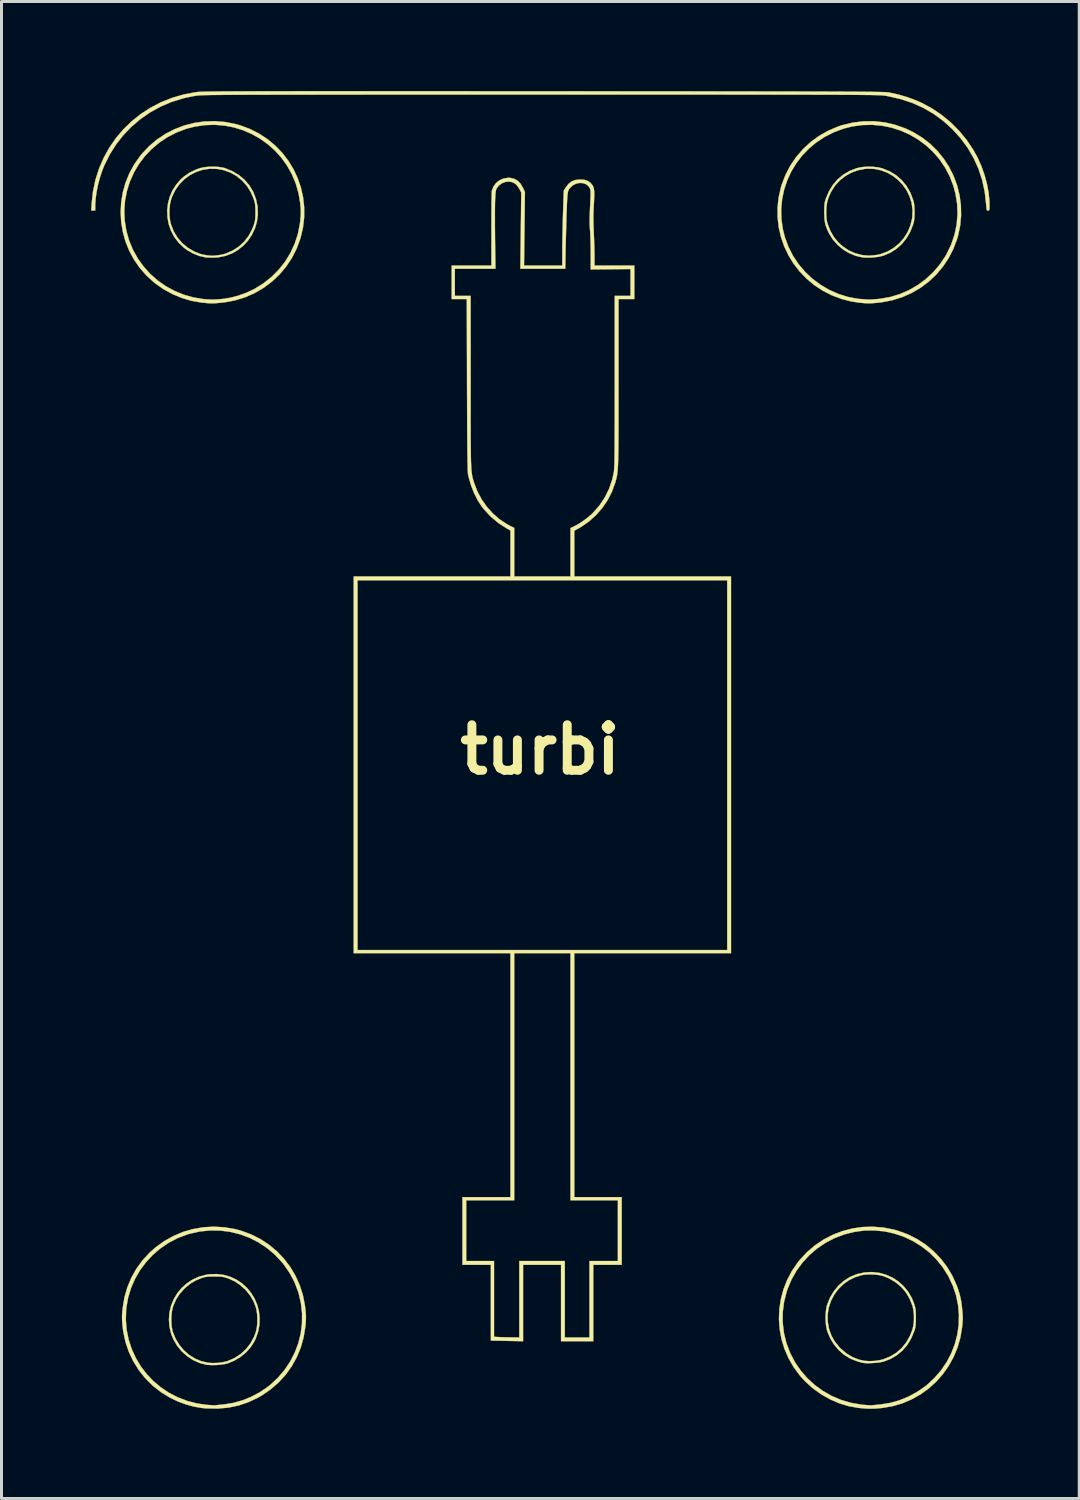
<source format=kicad_pcb>
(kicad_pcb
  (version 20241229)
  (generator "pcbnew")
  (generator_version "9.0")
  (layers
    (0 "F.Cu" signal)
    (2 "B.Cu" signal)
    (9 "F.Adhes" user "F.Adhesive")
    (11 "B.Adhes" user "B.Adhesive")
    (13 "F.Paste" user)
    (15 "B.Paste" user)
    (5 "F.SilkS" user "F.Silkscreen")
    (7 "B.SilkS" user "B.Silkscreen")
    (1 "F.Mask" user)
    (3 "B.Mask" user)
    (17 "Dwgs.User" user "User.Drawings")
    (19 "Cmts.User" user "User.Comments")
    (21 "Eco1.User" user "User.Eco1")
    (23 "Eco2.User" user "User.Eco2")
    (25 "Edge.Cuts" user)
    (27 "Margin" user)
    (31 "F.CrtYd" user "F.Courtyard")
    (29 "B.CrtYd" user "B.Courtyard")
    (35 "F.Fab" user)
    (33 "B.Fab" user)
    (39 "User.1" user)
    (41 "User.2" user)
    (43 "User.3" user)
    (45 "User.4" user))
  (footprint "turbi"
    (layer "F.Cu")
    (at 15.04 22.057)
    (property "Reference" "turbi" (at 0 0 0) (layer "F.SilkS") (effects (font (size 1.524 1.524) (thickness 0.3))))
    (attr through_hole)
    (fp_poly (pts (xy -10.596 17.59) (xy -10.375 17.654) (xy -10.171 17.749) (xy -9.986 17.873) (xy -9.822 18.021) (xy -9.682 18.192) (xy -9.566 18.38) (xy -9.478 18.585) (xy -9.42 18.801) (xy -9.394 19.026) (xy -9.401 19.257) (xy -9.445 19.49) (xy -9.526 19.723) (xy -9.574 19.823) (xy -9.695 20.012) (xy -9.851 20.185) (xy -10.035 20.336) (xy -10.242 20.46) (xy -10.441 20.545) (xy -10.553 20.574) (xy -10.692 20.595) (xy -10.844 20.608) (xy -10.995 20.611) (xy -11.131 20.603) (xy -11.187 20.596) (xy -11.414 20.536) (xy -11.629 20.439) (xy -11.829 20.307) (xy -12.007 20.147) (xy -12.159 19.96) (xy -12.281 19.752) (xy -12.356 19.569) (xy -12.414 19.327) (xy -12.429 19.142) (xy -12.352 19.142) (xy -12.341 19.306) (xy -12.316 19.451) (xy -12.302 19.502) (xy -12.209 19.728) (xy -12.084 19.933) (xy -11.932 20.115) (xy -11.755 20.269) (xy -11.559 20.392) (xy -11.347 20.481) (xy -11.124 20.532) (xy -11.123 20.532) (xy -10.971 20.542) (xy -10.805 20.537) (xy -10.641 20.517) (xy -10.498 20.485) (xy -10.471 20.477) (xy -10.239 20.376) (xy -10.032 20.242) (xy -9.852 20.077) (xy -9.701 19.883) (xy -9.581 19.662) (xy -9.521 19.502) (xy -9.49 19.37) (xy -9.474 19.212) (xy -9.471 19.044) (xy -9.482 18.879) (xy -9.506 18.732) (xy -9.52 18.68) (xy -9.599 18.473) (xy -9.704 18.291) (xy -9.84 18.121) (xy -9.894 18.065) (xy -10.055 17.922) (xy -10.22 17.811) (xy -10.405 17.724) (xy -10.488 17.694) (xy -10.559 17.672) (xy -10.625 17.657) (xy -10.699 17.648) (xy -10.793 17.644) (xy -10.911 17.643) (xy -11.034 17.644) (xy -11.127 17.648) (xy -11.2 17.657) (xy -11.267 17.672) (xy -11.335 17.694) (xy -11.532 17.774) (xy -11.704 17.874) (xy -11.864 18.003) (xy -11.929 18.065) (xy -12.077 18.233) (xy -12.192 18.41) (xy -12.278 18.607) (xy -12.303 18.68) (xy -12.333 18.814) (xy -12.349 18.974) (xy -12.352 19.142) (xy -12.429 19.142) (xy -12.433 19.086) (xy -12.415 18.85) (xy -12.361 18.624) (xy -12.274 18.409) (xy -12.157 18.211) (xy -12.011 18.032) (xy -11.839 17.877) (xy -11.644 17.748) (xy -11.427 17.65) (xy -11.191 17.586) (xy -11.079 17.569) (xy -10.831 17.561) (xy -10.596 17.59)) (stroke (width 0.01) (type solid)) (fill yes) (layer "F.SilkS"))
    (fp_poly (pts (xy 11.351 17.52) (xy 11.58 17.583) (xy 11.795 17.679) (xy 11.993 17.807) (xy 12.17 17.965) (xy 12.323 18.151) (xy 12.447 18.363) (xy 12.534 18.584) (xy 12.555 18.66) (xy 12.57 18.731) (xy 12.578 18.81) (xy 12.582 18.908) (xy 12.583 19.029) (xy 12.581 19.155) (xy 12.577 19.249) (xy 12.568 19.324) (xy 12.554 19.391) (xy 12.533 19.461) (xy 12.532 19.463) (xy 12.428 19.713) (xy 12.295 19.934) (xy 12.134 20.123) (xy 11.945 20.28) (xy 11.729 20.406) (xy 11.515 20.489) (xy 11.425 20.51) (xy 11.307 20.527) (xy 11.175 20.539) (xy 11.041 20.546) (xy 10.92 20.546) (xy 10.837 20.539) (xy 10.746 20.521) (xy 10.633 20.487) (xy 10.513 20.444) (xy 10.4 20.397) (xy 10.369 20.382) (xy 10.176 20.262) (xy 10 20.108) (xy 9.846 19.926) (xy 9.719 19.721) (xy 9.624 19.499) (xy 9.609 19.452) (xy 9.578 19.312) (xy 9.561 19.148) (xy 9.558 18.975) (xy 9.562 18.906) (xy 9.629 18.906) (xy 9.63 19.143) (xy 9.633 19.171) (xy 9.677 19.41) (xy 9.756 19.627) (xy 9.871 19.828) (xy 10.025 20.016) (xy 10.064 20.055) (xy 10.254 20.218) (xy 10.46 20.342) (xy 10.677 20.428) (xy 10.869 20.468) (xy 11.02 20.478) (xy 11.186 20.472) (xy 11.348 20.451) (xy 11.488 20.417) (xy 11.489 20.417) (xy 11.727 20.32) (xy 11.935 20.193) (xy 12.114 20.034) (xy 12.265 19.845) (xy 12.388 19.624) (xy 12.468 19.42) (xy 12.502 19.273) (xy 12.518 19.103) (xy 12.517 18.924) (xy 12.497 18.752) (xy 12.469 18.627) (xy 12.376 18.391) (xy 12.25 18.179) (xy 12.091 17.993) (xy 11.902 17.835) (xy 11.685 17.707) (xy 11.515 17.636) (xy 11.376 17.6) (xy 11.213 17.578) (xy 11.041 17.572) (xy 10.875 17.581) (xy 10.774 17.597) (xy 10.547 17.666) (xy 10.337 17.77) (xy 10.149 17.905) (xy 9.985 18.068) (xy 9.848 18.253) (xy 9.741 18.457) (xy 9.667 18.677) (xy 9.629 18.906) (xy 9.562 18.906) (xy 9.569 18.806) (xy 9.593 18.657) (xy 9.609 18.595) (xy 9.705 18.356) (xy 9.834 18.139) (xy 9.991 17.949) (xy 10.173 17.788) (xy 10.378 17.659) (xy 10.602 17.566) (xy 10.626 17.559) (xy 10.871 17.506) (xy 11.114 17.494) (xy 11.351 17.52)) (stroke (width 0.01) (type solid)) (fill yes) (layer "F.SilkS"))
    (fp_poly (pts (xy -10.771 -19.517) (xy -10.624 -19.494) (xy -10.552 -19.475) (xy -10.305 -19.373) (xy -10.086 -19.241) (xy -9.896 -19.081) (xy -9.737 -18.895) (xy -9.612 -18.686) (xy -9.521 -18.456) (xy -9.467 -18.206) (xy -9.463 -18.172) (xy -9.455 -17.925) (xy -9.485 -17.686) (xy -9.552 -17.46) (xy -9.651 -17.248) (xy -9.78 -17.055) (xy -9.936 -16.884) (xy -10.116 -16.739) (xy -10.318 -16.622) (xy -10.537 -16.538) (xy -10.773 -16.49) (xy -10.873 -16.482) (xy -10.98 -16.479) (xy -11.089 -16.48) (xy -11.181 -16.485) (xy -11.208 -16.488) (xy -11.412 -16.534) (xy -11.618 -16.616) (xy -11.815 -16.727) (xy -11.932 -16.812) (xy -12.109 -16.981) (xy -12.253 -17.171) (xy -12.362 -17.378) (xy -12.439 -17.597) (xy -12.481 -17.824) (xy -12.49 -18.055) (xy -12.488 -18.076) (xy -12.416 -18.076) (xy -12.414 -17.889) (xy -12.393 -17.712) (xy -12.364 -17.59) (xy -12.271 -17.356) (xy -12.143 -17.145) (xy -11.983 -16.961) (xy -11.794 -16.805) (xy -11.579 -16.681) (xy -11.393 -16.606) (xy -11.298 -16.581) (xy -11.186 -16.561) (xy -11.073 -16.547) (xy -10.975 -16.542) (xy -10.933 -16.544) (xy -10.873 -16.55) (xy -10.796 -16.558) (xy -10.76 -16.562) (xy -10.676 -16.577) (xy -10.58 -16.6) (xy -10.527 -16.616) (xy -10.296 -16.716) (xy -10.09 -16.85) (xy -9.912 -17.014) (xy -9.762 -17.209) (xy -9.643 -17.431) (xy -9.594 -17.558) (xy -9.569 -17.635) (xy -9.553 -17.702) (xy -9.543 -17.772) (xy -9.538 -17.856) (xy -9.536 -17.967) (xy -9.536 -18.002) (xy -9.537 -18.123) (xy -9.541 -18.213) (xy -9.55 -18.285) (xy -9.564 -18.352) (xy -9.587 -18.425) (xy -9.594 -18.447) (xy -9.694 -18.679) (xy -9.826 -18.886) (xy -9.986 -19.065) (xy -10.171 -19.214) (xy -10.378 -19.33) (xy -10.604 -19.41) (xy -10.82 -19.45) (xy -11.061 -19.456) (xy -11.295 -19.422) (xy -11.517 -19.351) (xy -11.724 -19.246) (xy -11.912 -19.109) (xy -12.077 -18.942) (xy -12.216 -18.748) (xy -12.324 -18.53) (xy -12.364 -18.415) (xy -12.399 -18.257) (xy -12.416 -18.076) (xy -12.488 -18.076) (xy -12.466 -18.284) (xy -12.408 -18.508) (xy -12.317 -18.723) (xy -12.191 -18.922) (xy -12.033 -19.103) (xy -11.932 -19.192) (xy -11.736 -19.327) (xy -11.515 -19.432) (xy -11.398 -19.474) (xy -11.264 -19.504) (xy -11.106 -19.522) (xy -10.937 -19.526) (xy -10.771 -19.517)) (stroke (width 0.01) (type solid)) (fill yes) (layer "F.SilkS"))
    (fp_poly (pts (xy 11.147 -19.522) (xy 11.33 -19.5) (xy 11.464 -19.467) (xy 11.705 -19.369) (xy 11.92 -19.238) (xy 12.108 -19.075) (xy 12.267 -18.883) (xy 12.395 -18.662) (xy 12.49 -18.415) (xy 12.514 -18.329) (xy 12.528 -18.246) (xy 12.536 -18.15) (xy 12.539 -18.029) (xy 12.539 -18.002) (xy 12.537 -17.875) (xy 12.53 -17.776) (xy 12.517 -17.691) (xy 12.496 -17.607) (xy 12.49 -17.59) (xy 12.396 -17.348) (xy 12.27 -17.13) (xy 12.114 -16.937) (xy 11.932 -16.774) (xy 11.727 -16.643) (xy 11.5 -16.548) (xy 11.462 -16.536) (xy 11.333 -16.507) (xy 11.18 -16.487) (xy 11.02 -16.478) (xy 10.87 -16.481) (xy 10.784 -16.489) (xy 10.559 -16.542) (xy 10.341 -16.634) (xy 10.138 -16.758) (xy 9.956 -16.912) (xy 9.8 -17.09) (xy 9.677 -17.287) (xy 9.674 -17.293) (xy 9.61 -17.43) (xy 9.565 -17.55) (xy 9.536 -17.669) (xy 9.521 -17.8) (xy 9.515 -17.955) (xy 9.515 -18.002) (xy 9.581 -18.002) (xy 9.583 -17.879) (xy 9.589 -17.785) (xy 9.601 -17.707) (xy 9.62 -17.633) (xy 9.63 -17.6) (xy 9.723 -17.368) (xy 9.838 -17.168) (xy 9.98 -16.995) (xy 10.127 -16.861) (xy 10.332 -16.723) (xy 10.552 -16.624) (xy 10.783 -16.564) (xy 11.021 -16.545) (xy 11.264 -16.567) (xy 11.409 -16.6) (xy 11.635 -16.684) (xy 11.841 -16.804) (xy 12.024 -16.954) (xy 12.18 -17.132) (xy 12.307 -17.333) (xy 12.4 -17.554) (xy 12.457 -17.791) (xy 12.464 -17.843) (xy 12.471 -18.08) (xy 12.441 -18.308) (xy 12.374 -18.524) (xy 12.276 -18.727) (xy 12.148 -18.911) (xy 11.995 -19.074) (xy 11.82 -19.213) (xy 11.625 -19.324) (xy 11.414 -19.404) (xy 11.191 -19.45) (xy 10.958 -19.458) (xy 10.88 -19.452) (xy 10.647 -19.407) (xy 10.426 -19.326) (xy 10.221 -19.211) (xy 10.037 -19.067) (xy 9.88 -18.897) (xy 9.756 -18.705) (xy 9.742 -18.68) (xy 9.671 -18.523) (xy 9.623 -18.383) (xy 9.595 -18.243) (xy 9.582 -18.088) (xy 9.581 -18.002) (xy 9.515 -18.002) (xy 9.516 -18.129) (xy 9.519 -18.223) (xy 9.527 -18.297) (xy 9.539 -18.361) (xy 9.558 -18.426) (xy 9.565 -18.447) (xy 9.67 -18.696) (xy 9.804 -18.916) (xy 9.967 -19.105) (xy 10.158 -19.262) (xy 10.375 -19.388) (xy 10.604 -19.475) (xy 10.768 -19.51) (xy 10.954 -19.526) (xy 11.147 -19.522)) (stroke (width 0.01) (type solid)) (fill yes) (layer "F.SilkS"))
    (fp_poly (pts (xy 11.531 -21.01) (xy 11.88 -20.93) (xy 12.222 -20.81) (xy 12.488 -20.684) (xy 12.788 -20.503) (xy 13.06 -20.292) (xy 13.304 -20.053) (xy 13.517 -19.791) (xy 13.7 -19.507) (xy 13.85 -19.206) (xy 13.966 -18.891) (xy 14.047 -18.564) (xy 14.091 -18.229) (xy 14.098 -17.889) (xy 14.066 -17.546) (xy 13.994 -17.205) (xy 13.967 -17.113) (xy 13.842 -16.78) (xy 13.683 -16.468) (xy 13.49 -16.179) (xy 13.268 -15.915) (xy 13.018 -15.679) (xy 12.743 -15.472) (xy 12.446 -15.297) (xy 12.13 -15.157) (xy 11.796 -15.052) (xy 11.448 -14.985) (xy 11.367 -14.976) (xy 11.229 -14.961) (xy 11.12 -14.952) (xy 11.028 -14.948) (xy 10.94 -14.95) (xy 10.843 -14.956) (xy 10.726 -14.967) (xy 10.645 -14.976) (xy 10.402 -15.015) (xy 10.138 -15.083) (xy 10.109 -15.091) (xy 9.777 -15.213) (xy 9.469 -15.369) (xy 9.184 -15.556) (xy 8.925 -15.771) (xy 8.693 -16.011) (xy 8.489 -16.274) (xy 8.316 -16.556) (xy 8.174 -16.855) (xy 8.065 -17.168) (xy 7.99 -17.493) (xy 7.952 -17.826) (xy 7.951 -18.106) (xy 8.072 -18.106) (xy 8.08 -17.772) (xy 8.127 -17.436) (xy 8.195 -17.166) (xy 8.313 -16.844) (xy 8.468 -16.541) (xy 8.654 -16.261) (xy 8.871 -16.005) (xy 9.114 -15.775) (xy 9.382 -15.575) (xy 9.671 -15.404) (xy 9.978 -15.267) (xy 10.301 -15.165) (xy 10.637 -15.1) (xy 10.983 -15.074) (xy 10.986 -15.074) (xy 11.063 -15.075) (xy 11.167 -15.081) (xy 11.285 -15.091) (xy 11.388 -15.101) (xy 11.722 -15.16) (xy 12.046 -15.258) (xy 12.357 -15.393) (xy 12.65 -15.563) (xy 12.922 -15.765) (xy 13.171 -15.998) (xy 13.392 -16.259) (xy 13.582 -16.545) (xy 13.616 -16.606) (xy 13.768 -16.924) (xy 13.878 -17.252) (xy 13.948 -17.588) (xy 13.977 -17.929) (xy 13.965 -18.272) (xy 13.91 -18.615) (xy 13.843 -18.868) (xy 13.721 -19.19) (xy 13.565 -19.489) (xy 13.378 -19.764) (xy 13.163 -20.015) (xy 12.923 -20.238) (xy 12.66 -20.433) (xy 12.378 -20.598) (xy 12.08 -20.731) (xy 11.768 -20.832) (xy 11.446 -20.898) (xy 11.117 -20.927) (xy 10.783 -20.919) (xy 10.447 -20.872) (xy 10.171 -20.802) (xy 9.842 -20.681) (xy 9.536 -20.527) (xy 9.255 -20.343) (xy 9.001 -20.131) (xy 8.773 -19.894) (xy 8.575 -19.635) (xy 8.407 -19.356) (xy 8.272 -19.062) (xy 8.17 -18.753) (xy 8.103 -18.434) (xy 8.072 -18.106) (xy 7.951 -18.106) (xy 7.951 -18.164) (xy 7.989 -18.506) (xy 8.067 -18.847) (xy 8.087 -18.912) (xy 8.213 -19.244) (xy 8.375 -19.555) (xy 8.571 -19.844) (xy 8.797 -20.108) (xy 9.052 -20.345) (xy 9.333 -20.551) (xy 9.637 -20.725) (xy 9.961 -20.864) (xy 10.107 -20.913) (xy 10.462 -20.999) (xy 10.82 -21.044) (xy 11.177 -21.048) (xy 11.531 -21.01)) (stroke (width 0.01) (type solid)) (fill yes) (layer "F.SilkS"))
    (fp_poly (pts (xy -10.544 -21.02) (xy -10.194 -20.951) (xy -10.054 -20.912) (xy -9.722 -20.789) (xy -9.413 -20.632) (xy -9.129 -20.445) (xy -8.87 -20.23) (xy -8.638 -19.989) (xy -8.435 -19.725) (xy -8.262 -19.442) (xy -8.121 -19.142) (xy -8.013 -18.828) (xy -7.94 -18.503) (xy -7.903 -18.169) (xy -7.903 -17.829) (xy -7.943 -17.486) (xy -8.023 -17.143) (xy -8.034 -17.108) (xy -8.158 -16.775) (xy -8.317 -16.464) (xy -8.509 -16.175) (xy -8.731 -15.912) (xy -8.981 -15.677) (xy -9.255 -15.471) (xy -9.552 -15.296) (xy -9.869 -15.156) (xy -10.203 -15.051) (xy -10.552 -14.984) (xy -10.633 -14.975) (xy -10.769 -14.961) (xy -10.877 -14.952) (xy -10.969 -14.948) (xy -11.057 -14.95) (xy -11.156 -14.956) (xy -11.276 -14.968) (xy -11.352 -14.976) (xy -11.678 -15.032) (xy -12.002 -15.128) (xy -12.318 -15.26) (xy -12.62 -15.426) (xy -12.901 -15.623) (xy -12.93 -15.647) (xy -13.19 -15.883) (xy -13.416 -16.143) (xy -13.609 -16.423) (xy -13.767 -16.719) (xy -13.89 -17.028) (xy -13.978 -17.348) (xy -14.032 -17.674) (xy -14.049 -18.005) (xy -14.047 -18.044) (xy -13.927 -18.044) (xy -13.913 -17.716) (xy -13.858 -17.375) (xy -13.765 -17.049) (xy -13.637 -16.74) (xy -13.475 -16.45) (xy -13.282 -16.182) (xy -13.062 -15.937) (xy -12.815 -15.718) (xy -12.545 -15.528) (xy -12.253 -15.368) (xy -11.943 -15.24) (xy -11.616 -15.146) (xy -11.275 -15.09) (xy -11.018 -15.074) (xy -10.944 -15.074) (xy -10.843 -15.079) (xy -10.73 -15.087) (xy -10.648 -15.094) (xy -10.381 -15.136) (xy -10.104 -15.208) (xy -9.83 -15.307) (xy -9.575 -15.427) (xy -9.563 -15.434) (xy -9.264 -15.62) (xy -8.992 -15.837) (xy -8.75 -16.081) (xy -8.539 -16.349) (xy -8.362 -16.64) (xy -8.219 -16.95) (xy -8.113 -17.276) (xy -8.047 -17.616) (xy -8.036 -17.706) (xy -8.023 -17.838) (xy -8.017 -17.943) (xy -8.016 -18.04) (xy -8.021 -18.142) (xy -8.033 -18.266) (xy -8.036 -18.299) (xy -8.093 -18.64) (xy -8.186 -18.964) (xy -8.314 -19.27) (xy -8.473 -19.555) (xy -8.662 -19.819) (xy -8.877 -20.058) (xy -9.116 -20.272) (xy -9.376 -20.459) (xy -9.655 -20.618) (xy -9.949 -20.745) (xy -10.258 -20.841) (xy -10.577 -20.902) (xy -10.905 -20.928) (xy -11.238 -20.916) (xy -11.574 -20.865) (xy -11.843 -20.796) (xy -12.17 -20.674) (xy -12.475 -20.518) (xy -12.756 -20.331) (xy -13.012 -20.115) (xy -13.24 -19.875) (xy -13.439 -19.611) (xy -13.606 -19.327) (xy -13.741 -19.025) (xy -13.84 -18.709) (xy -13.903 -18.381) (xy -13.927 -18.044) (xy -14.047 -18.044) (xy -14.031 -18.336) (xy -13.977 -18.664) (xy -13.886 -18.987) (xy -13.759 -19.301) (xy -13.594 -19.603) (xy -13.392 -19.89) (xy -13.347 -19.945) (xy -13.105 -20.204) (xy -12.838 -20.431) (xy -12.549 -20.623) (xy -12.242 -20.781) (xy -11.92 -20.904) (xy -11.586 -20.99) (xy -11.243 -21.039) (xy -10.895 -21.049) (xy -10.544 -21.02)) (stroke (width 0.01) (type solid)) (fill yes) (layer "F.SilkS"))
    (fp_poly (pts (xy -10.568 15.996) (xy -10.213 16.057) (xy -10.012 16.111) (xy -9.68 16.233) (xy -9.368 16.39) (xy -9.08 16.58) (xy -8.816 16.8) (xy -8.579 17.048) (xy -8.372 17.32) (xy -8.196 17.616) (xy -8.054 17.931) (xy -7.947 18.263) (xy -7.878 18.61) (xy -7.866 18.711) (xy -7.853 18.844) (xy -7.845 18.95) (xy -7.844 19.045) (xy -7.848 19.145) (xy -7.858 19.265) (xy -7.864 19.325) (xy -7.921 19.68) (xy -8.017 20.021) (xy -8.15 20.344) (xy -8.319 20.649) (xy -8.522 20.932) (xy -8.758 21.19) (xy -9.024 21.422) (xy -9.32 21.626) (xy -9.449 21.7) (xy -9.769 21.851) (xy -10.099 21.963) (xy -10.441 22.035) (xy -10.797 22.067) (xy -11.168 22.061) (xy -11.335 22.046) (xy -11.598 22.001) (xy -11.872 21.925) (xy -12.145 21.823) (xy -12.392 21.705) (xy -12.698 21.517) (xy -12.976 21.299) (xy -13.224 21.052) (xy -13.441 20.78) (xy -13.625 20.485) (xy -13.775 20.169) (xy -13.888 19.836) (xy -13.962 19.488) (xy -13.982 19.337) (xy -13.995 19.206) (xy -14.002 19.101) (xy -14.002 19.094) (xy -13.876 19.094) (xy -13.848 19.432) (xy -13.781 19.759) (xy -13.679 20.072) (xy -13.543 20.37) (xy -13.376 20.65) (xy -13.178 20.91) (xy -12.953 21.146) (xy -12.702 21.357) (xy -12.428 21.539) (xy -12.132 21.692) (xy -11.817 21.812) (xy -11.484 21.896) (xy -11.218 21.935) (xy -11.11 21.946) (xy -11.013 21.953) (xy -10.938 21.958) (xy -10.895 21.959) (xy -10.89 21.958) (xy -10.853 21.954) (xy -10.784 21.946) (xy -10.693 21.937) (xy -10.589 21.927) (xy -10.588 21.927) (xy -10.28 21.878) (xy -9.971 21.791) (xy -9.668 21.668) (xy -9.378 21.513) (xy -9.109 21.329) (xy -9.038 21.272) (xy -8.782 21.033) (xy -8.559 20.771) (xy -8.37 20.489) (xy -8.217 20.189) (xy -8.099 19.875) (xy -8.019 19.551) (xy -7.977 19.219) (xy -7.974 18.882) (xy -8.011 18.544) (xy -8.088 18.207) (xy -8.104 18.157) (xy -8.227 17.833) (xy -8.39 17.526) (xy -8.591 17.236) (xy -8.647 17.167) (xy -8.886 16.911) (xy -9.15 16.688) (xy -9.434 16.5) (xy -9.737 16.346) (xy -10.054 16.228) (xy -10.382 16.148) (xy -10.719 16.105) (xy -11.061 16.101) (xy -11.404 16.137) (xy -11.746 16.213) (xy -11.816 16.234) (xy -12.136 16.355) (xy -12.438 16.512) (xy -12.717 16.701) (xy -12.972 16.92) (xy -13.2 17.165) (xy -13.4 17.433) (xy -13.568 17.723) (xy -13.702 18.03) (xy -13.799 18.351) (xy -13.858 18.685) (xy -13.865 18.748) (xy -13.876 19.094) (xy -14.002 19.094) (xy -14.004 19.009) (xy -14.001 18.916) (xy -13.992 18.806) (xy -13.981 18.702) (xy -13.923 18.347) (xy -13.826 18.007) (xy -13.691 17.683) (xy -13.519 17.378) (xy -13.311 17.094) (xy -13.068 16.834) (xy -12.883 16.67) (xy -12.592 16.459) (xy -12.282 16.286) (xy -11.958 16.15) (xy -11.621 16.053) (xy -11.275 15.994) (xy -10.923 15.975) (xy -10.568 15.996)) (stroke (width 0.01) (type solid)) (fill yes) (layer "F.SilkS"))
    (fp_poly (pts (xy 11.504 16.005) (xy 11.856 16.075) (xy 11.98 16.11) (xy 12.313 16.232) (xy 12.627 16.39) (xy 12.918 16.581) (xy 13.185 16.804) (xy 13.425 17.055) (xy 13.635 17.332) (xy 13.812 17.633) (xy 13.955 17.954) (xy 14.005 18.098) (xy 14.047 18.235) (xy 14.078 18.356) (xy 14.101 18.477) (xy 14.12 18.614) (xy 14.13 18.708) (xy 14.143 18.84) (xy 14.151 18.944) (xy 14.154 19.034) (xy 14.151 19.123) (xy 14.142 19.227) (xy 14.13 19.347) (xy 14.072 19.694) (xy 13.976 20.027) (xy 13.845 20.343) (xy 13.68 20.64) (xy 13.485 20.916) (xy 13.261 21.168) (xy 13.012 21.394) (xy 12.739 21.591) (xy 12.444 21.757) (xy 12.132 21.89) (xy 11.802 21.987) (xy 11.462 22.045) (xy 11.297 22.062) (xy 11.156 22.07) (xy 11.023 22.071) (xy 10.883 22.065) (xy 10.721 22.05) (xy 10.668 22.045) (xy 10.346 21.989) (xy 10.027 21.894) (xy 9.717 21.761) (xy 9.421 21.594) (xy 9.142 21.396) (xy 8.886 21.168) (xy 8.699 20.963) (xy 8.489 20.679) (xy 8.316 20.378) (xy 8.181 20.064) (xy 8.082 19.739) (xy 8.021 19.407) (xy 8.005 19.183) (xy 8.122 19.183) (xy 8.163 19.525) (xy 8.245 19.866) (xy 8.253 19.89) (xy 8.376 20.212) (xy 8.534 20.514) (xy 8.725 20.793) (xy 8.947 21.048) (xy 9.195 21.276) (xy 9.468 21.474) (xy 9.762 21.642) (xy 10.075 21.776) (xy 10.404 21.873) (xy 10.747 21.933) (xy 10.784 21.937) (xy 10.891 21.947) (xy 10.986 21.954) (xy 11.058 21.958) (xy 11.099 21.959) (xy 11.102 21.958) (xy 11.139 21.954) (xy 11.208 21.947) (xy 11.299 21.938) (xy 11.398 21.929) (xy 11.714 21.879) (xy 12.028 21.791) (xy 12.336 21.665) (xy 12.629 21.506) (xy 12.902 21.316) (xy 12.95 21.278) (xy 13.206 21.041) (xy 13.429 20.782) (xy 13.618 20.503) (xy 13.772 20.207) (xy 13.89 19.899) (xy 13.972 19.58) (xy 14.017 19.254) (xy 14.025 18.925) (xy 13.995 18.595) (xy 13.927 18.268) (xy 13.818 17.946) (xy 13.671 17.634) (xy 13.666 17.626) (xy 13.481 17.332) (xy 13.266 17.067) (xy 13.025 16.83) (xy 12.76 16.625) (xy 12.475 16.451) (xy 12.174 16.31) (xy 11.858 16.204) (xy 11.532 16.133) (xy 11.199 16.1) (xy 10.861 16.104) (xy 10.522 16.149) (xy 10.189 16.232) (xy 9.864 16.356) (xy 9.558 16.515) (xy 9.274 16.707) (xy 9.015 16.929) (xy 8.784 17.179) (xy 8.583 17.453) (xy 8.416 17.75) (xy 8.284 18.065) (xy 8.255 18.152) (xy 8.169 18.496) (xy 8.124 18.84) (xy 8.122 19.183) (xy 8.005 19.183) (xy 7.997 19.071) (xy 8.01 18.735) (xy 8.061 18.402) (xy 8.148 18.075) (xy 8.273 17.757) (xy 8.435 17.452) (xy 8.634 17.162) (xy 8.695 17.087) (xy 8.938 16.826) (xy 9.206 16.598) (xy 9.495 16.404) (xy 9.802 16.245) (xy 10.125 16.122) (xy 10.459 16.035) (xy 10.803 15.986) (xy 11.152 15.976) (xy 11.504 16.005)) (stroke (width 0.01) (type solid)) (fill yes) (layer "F.SilkS"))
    (fp_poly (pts (xy -5.267 -22.052) (xy -4.685 -22.052) (xy -4.068 -22.052) (xy -3.415 -22.052) (xy -2.724 -22.052) (xy -1.995 -22.051) (xy -1.226 -22.051) (xy -0.416 -22.05) (xy 0.127 -22.05) (xy 0.96 -22.05) (xy 1.752 -22.049) (xy 2.503 -22.049) (xy 3.216 -22.048) (xy 3.89 -22.048) (xy 4.527 -22.048) (xy 5.129 -22.047) (xy 5.695 -22.047) (xy 6.227 -22.046) (xy 6.727 -22.046) (xy 7.195 -22.045) (xy 7.632 -22.044) (xy 8.04 -22.044) (xy 8.419 -22.043) (xy 8.77 -22.042) (xy 9.096 -22.042) (xy 9.395 -22.041) (xy 9.671 -22.04) (xy 9.923 -22.039) (xy 10.153 -22.038) (xy 10.361 -22.037) (xy 10.55 -22.036) (xy 10.72 -22.035) (xy 10.871 -22.034) (xy 11.006 -22.032) (xy 11.125 -22.031) (xy 11.229 -22.029) (xy 11.319 -22.028) (xy 11.397 -22.026) (xy 11.463 -22.024) (xy 11.518 -22.022) (xy 11.564 -22.02) (xy 11.601 -22.018) (xy 11.632 -22.016) (xy 11.655 -22.014) (xy 11.674 -22.011) (xy 11.684 -22.009) (xy 12.003 -21.939) (xy 12.295 -21.854) (xy 12.574 -21.751) (xy 12.766 -21.667) (xy 13.111 -21.484) (xy 13.439 -21.264) (xy 13.747 -21.011) (xy 14.029 -20.729) (xy 14.283 -20.421) (xy 14.505 -20.091) (xy 14.647 -19.834) (xy 14.776 -19.548) (xy 14.882 -19.247) (xy 14.965 -18.942) (xy 15.021 -18.642) (xy 15.047 -18.356) (xy 15.049 -18.262) (xy 15.049 -18.167) (xy 15.047 -18.107) (xy 15.04 -18.073) (xy 15.028 -18.059) (xy 15.008 -18.055) (xy 15 -18.055) (xy 14.977 -18.057) (xy 14.962 -18.068) (xy 14.952 -18.096) (xy 14.945 -18.148) (xy 14.938 -18.233) (xy 14.935 -18.272) (xy 14.888 -18.686) (xy 14.802 -19.081) (xy 14.678 -19.458) (xy 14.516 -19.817) (xy 14.316 -20.158) (xy 14.077 -20.481) (xy 13.8 -20.787) (xy 13.797 -20.789) (xy 13.499 -21.059) (xy 13.178 -21.294) (xy 12.834 -21.493) (xy 12.467 -21.658) (xy 12.076 -21.788) (xy 11.661 -21.884) (xy 11.568 -21.901) (xy 11.549 -21.904) (xy 11.529 -21.906) (xy 11.506 -21.909) (xy 11.478 -21.911) (xy 11.445 -21.913) (xy 11.405 -21.916) (xy 11.358 -21.918) (xy 11.303 -21.92) (xy 11.238 -21.921) (xy 11.162 -21.923) (xy 11.074 -21.925) (xy 10.973 -21.926) (xy 10.859 -21.927) (xy 10.729 -21.929) (xy 10.583 -21.93) (xy 10.42 -21.931) (xy 10.239 -21.932) (xy 10.038 -21.933) (xy 9.817 -21.934) (xy 9.575 -21.934) (xy 9.31 -21.935) (xy 9.021 -21.936) (xy 8.708 -21.936) (xy 8.368 -21.937) (xy 8.002 -21.937) (xy 7.608 -21.938) (xy 7.185 -21.938) (xy 6.732 -21.938) (xy 6.247 -21.938) (xy 5.73 -21.939) (xy 5.18 -21.939) (xy 4.596 -21.939) (xy 3.976 -21.939) (xy 3.319 -21.939) (xy 2.625 -21.939) (xy 1.892 -21.939) (xy 1.119 -21.939) (xy 0.305 -21.939) (xy 0.021 -21.939) (xy -0.807 -21.939) (xy -1.595 -21.939) (xy -2.342 -21.939) (xy -3.05 -21.939) (xy -3.719 -21.939) (xy -4.352 -21.939) (xy -4.949 -21.939) (xy -5.512 -21.939) (xy -6.04 -21.938) (xy -6.536 -21.938) (xy -7 -21.938) (xy -7.434 -21.938) (xy -7.838 -21.937) (xy -8.214 -21.937) (xy -8.563 -21.936) (xy -8.886 -21.936) (xy -9.183 -21.935) (xy -9.456 -21.935) (xy -9.707 -21.934) (xy -9.935 -21.933) (xy -10.143 -21.932) (xy -10.33 -21.931) (xy -10.5 -21.93) (xy -10.651 -21.929) (xy -10.786 -21.928) (xy -10.906 -21.926) (xy -11.011 -21.925) (xy -11.103 -21.923) (xy -11.182 -21.922) (xy -11.251 -21.92) (xy -11.309 -21.918) (xy -11.358 -21.916) (xy -11.4 -21.914) (xy -11.434 -21.912) (xy -11.463 -21.909) (xy -11.487 -21.907) (xy -11.508 -21.904) (xy -11.523 -21.902) (xy -11.647 -21.88) (xy -11.784 -21.852) (xy -11.913 -21.824) (xy -11.96 -21.812) (xy -12.345 -21.693) (xy -12.711 -21.537) (xy -13.058 -21.346) (xy -13.383 -21.122) (xy -13.683 -20.867) (xy -13.957 -20.583) (xy -14.2 -20.273) (xy -14.412 -19.938) (xy -14.59 -19.581) (xy -14.668 -19.389) (xy -14.744 -19.16) (xy -14.807 -18.92) (xy -14.856 -18.679) (xy -14.888 -18.449) (xy -14.901 -18.243) (xy -14.901 -18.23) (xy -14.901 -18.055) (xy -15.035 -18.055) (xy -15.02 -18.293) (xy -14.975 -18.699) (xy -14.892 -19.091) (xy -14.771 -19.468) (xy -14.615 -19.827) (xy -14.426 -20.166) (xy -14.206 -20.484) (xy -13.955 -20.779) (xy -13.677 -21.048) (xy -13.374 -21.29) (xy -13.046 -21.502) (xy -12.696 -21.683) (xy -12.325 -21.831) (xy -11.937 -21.944) (xy -11.531 -22.02) (xy -11.504 -22.023) (xy -11.482 -22.026) (xy -11.455 -22.028) (xy -11.42 -22.03) (xy -11.378 -22.032) (xy -11.327 -22.034) (xy -11.267 -22.036) (xy -11.195 -22.038) (xy -11.111 -22.039) (xy -11.013 -22.041) (xy -10.902 -22.042) (xy -10.776 -22.044) (xy -10.633 -22.045) (xy -10.472 -22.046) (xy -10.294 -22.047) (xy -10.096 -22.048) (xy -9.877 -22.049) (xy -9.637 -22.049) (xy -9.374 -22.05) (xy -9.087 -22.05) (xy -8.776 -22.051) (xy -8.438 -22.051) (xy -8.074 -22.052) (xy -7.682 -22.052) (xy -7.262 -22.052) (xy -6.811 -22.052) (xy -6.328 -22.052) (xy -5.814 -22.052) (xy -5.267 -22.052)) (stroke (width 0.01) (type solid)) (fill yes) (layer "F.SilkS"))
    (fp_poly (pts (xy -1.004 -19.15) (xy -0.866 -19.118) (xy -0.749 -19.051) (xy -0.652 -18.949) (xy -0.571 -18.808) (xy -0.569 -18.804) (xy -0.51 -18.674) (xy -0.525 -17.444) (xy -0.54 -16.214) (xy 0.101 -16.214) (xy 0.741 -16.214) (xy 0.741 -16.674) (xy 0.741 -16.808) (xy 0.743 -16.975) (xy 0.746 -17.167) (xy 0.751 -17.374) (xy 0.756 -17.587) (xy 0.761 -17.798) (xy 0.765 -17.928) (xy 0.79 -18.722) (xy 0.859 -18.831) (xy 0.949 -18.949) (xy 1.05 -19.03) (xy 1.168 -19.077) (xy 1.311 -19.095) (xy 1.344 -19.095) (xy 1.479 -19.085) (xy 1.585 -19.053) (xy 1.671 -18.996) (xy 1.711 -18.956) (xy 1.747 -18.91) (xy 1.775 -18.864) (xy 1.794 -18.81) (xy 1.806 -18.743) (xy 1.812 -18.656) (xy 1.811 -18.545) (xy 1.806 -18.402) (xy 1.798 -18.258) (xy 1.788 -18.062) (xy 1.783 -17.883) (xy 1.783 -17.706) (xy 1.788 -17.517) (xy 1.796 -17.314) (xy 1.803 -17.15) (xy 1.81 -16.979) (xy 1.815 -16.813) (xy 1.819 -16.662) (xy 1.82 -16.54) (xy 1.82 -16.515) (xy 1.82 -16.214) (xy 3.154 -16.214) (xy 3.154 -15.092) (xy 2.625 -15.092) (xy 2.625 -12.303) (xy 2.625 -11.889) (xy 2.624 -11.515) (xy 2.624 -11.179) (xy 2.624 -10.878) (xy 2.623 -10.61) (xy 2.622 -10.373) (xy 2.62 -10.164) (xy 2.618 -9.981) (xy 2.616 -9.822) (xy 2.612 -9.684) (xy 2.608 -9.566) (xy 2.603 -9.464) (xy 2.597 -9.377) (xy 2.59 -9.301) (xy 2.582 -9.236) (xy 2.573 -9.178) (xy 2.562 -9.125) (xy 2.551 -9.075) (xy 2.538 -9.025) (xy 2.523 -8.973) (xy 2.51 -8.929) (xy 2.403 -8.637) (xy 2.259 -8.358) (xy 2.082 -8.097) (xy 1.874 -7.859) (xy 1.641 -7.648) (xy 1.385 -7.469) (xy 1.291 -7.415) (xy 1.143 -7.334) (xy 1.143 -6.567) (xy 1.143 -5.8) (xy 6.392 -5.8) (xy 6.392 6.816) (xy 1.143 6.816) (xy 1.143 14.986) (xy 2.731 14.986) (xy 2.731 17.251) (xy 1.778 17.251) (xy 1.778 19.812) (xy 0.699 19.812) (xy 0.699 17.251) (xy -0.572 17.251) (xy -0.572 19.812) (xy -0.757 19.807) (xy -0.844 19.805) (xy -0.961 19.803) (xy -1.095 19.8) (xy -1.233 19.797) (xy -1.296 19.796) (xy -1.651 19.79) (xy -1.651 17.251) (xy -2.603 17.251) (xy -2.603 15.092) (xy -2.477 15.092) (xy -2.477 17.124) (xy -1.545 17.124) (xy -1.545 19.662) (xy -1.434 19.669) (xy -1.372 19.672) (xy -1.279 19.676) (xy -1.166 19.678) (xy -1.045 19.681) (xy -1.011 19.681) (xy -0.699 19.685) (xy -0.699 17.124) (xy 0.826 17.124) (xy 0.826 19.685) (xy 1.651 19.685) (xy 1.651 17.124) (xy 2.603 17.124) (xy 2.603 15.092) (xy 1.016 15.092) (xy 1.016 6.816) (xy -0.868 6.816) (xy -0.868 15.092) (xy -2.477 15.092) (xy -2.603 15.092) (xy -2.603 14.986) (xy -0.995 14.986) (xy -0.995 6.816) (xy -6.244 6.816) (xy -6.244 -5.673) (xy -6.117 -5.673) (xy -6.117 6.71) (xy 6.265 6.71) (xy 6.265 -5.673) (xy -6.117 -5.673) (xy -6.244 -5.673) (xy -6.244 -5.8) (xy -0.995 -5.8) (xy -0.995 -7.341) (xy -1.117 -7.409) (xy -1.397 -7.59) (xy -1.653 -7.804) (xy -1.88 -8.047) (xy -1.966 -8.157) (xy -2.094 -8.356) (xy -2.21 -8.587) (xy -2.31 -8.839) (xy -2.388 -9.103) (xy -2.417 -9.226) (xy -2.42 -9.259) (xy -2.424 -9.32) (xy -2.427 -9.41) (xy -2.43 -9.529) (xy -2.433 -9.68) (xy -2.436 -9.864) (xy -2.438 -10.081) (xy -2.44 -10.334) (xy -2.442 -10.622) (xy -2.444 -10.948) (xy -2.446 -11.313) (xy -2.447 -11.717) (xy -2.449 -12.162) (xy -2.449 -12.218) (xy -2.457 -15.092) (xy -2.963 -15.092) (xy -2.963 -16.108) (xy -2.857 -16.108) (xy -2.857 -15.198) (xy -2.328 -15.198) (xy -2.328 -12.345) (xy -2.328 -11.927) (xy -2.328 -11.549) (xy -2.328 -11.209) (xy -2.328 -10.904) (xy -2.327 -10.632) (xy -2.326 -10.392) (xy -2.324 -10.18) (xy -2.322 -9.994) (xy -2.32 -9.832) (xy -2.317 -9.692) (xy -2.313 -9.572) (xy -2.308 -9.469) (xy -2.302 -9.381) (xy -2.295 -9.305) (xy -2.287 -9.24) (xy -2.278 -9.183) (xy -2.268 -9.132) (xy -2.256 -9.084) (xy -2.243 -9.037) (xy -2.229 -8.99) (xy -2.213 -8.939) (xy -2.21 -8.929) (xy -2.101 -8.646) (xy -1.957 -8.379) (xy -1.783 -8.132) (xy -1.582 -7.909) (xy -1.359 -7.715) (xy -1.116 -7.555) (xy -1.028 -7.508) (xy -0.868 -7.427) (xy -0.868 -5.8) (xy 1.016 -5.8) (xy 1.016 -7.422) (xy 1.127 -7.474) (xy 1.262 -7.545) (xy 1.41 -7.64) (xy 1.559 -7.749) (xy 1.696 -7.862) (xy 1.773 -7.935) (xy 1.987 -8.181) (xy 2.166 -8.449) (xy 2.308 -8.738) (xy 2.413 -9.047) (xy 2.466 -9.286) (xy 2.471 -9.317) (xy 2.475 -9.356) (xy 2.478 -9.406) (xy 2.482 -9.469) (xy 2.485 -9.546) (xy 2.487 -9.64) (xy 2.489 -9.754) (xy 2.491 -9.888) (xy 2.493 -10.046) (xy 2.494 -10.23) (xy 2.495 -10.441) (xy 2.496 -10.682) (xy 2.497 -10.955) (xy 2.497 -11.262) (xy 2.497 -11.605) (xy 2.498 -11.987) (xy 2.498 -12.332) (xy 2.498 -15.198) (xy 3.027 -15.198) (xy 3.027 -16.097) (xy 2.36 -16.09) (xy 1.693 -16.083) (xy 1.693 -16.616) (xy 1.692 -16.78) (xy 1.689 -16.947) (xy 1.685 -17.106) (xy 1.68 -17.247) (xy 1.673 -17.362) (xy 1.669 -17.406) (xy 1.661 -17.513) (xy 1.657 -17.625) (xy 1.657 -17.752) (xy 1.66 -17.901) (xy 1.667 -18.079) (xy 1.672 -18.193) (xy 1.68 -18.359) (xy 1.686 -18.488) (xy 1.689 -18.587) (xy 1.689 -18.66) (xy 1.686 -18.714) (xy 1.681 -18.753) (xy 1.672 -18.784) (xy 1.666 -18.801) (xy 1.609 -18.884) (xy 1.527 -18.942) (xy 1.426 -18.975) (xy 1.316 -18.98) (xy 1.206 -18.957) (xy 1.103 -18.905) (xy 1.069 -18.878) (xy 1.027 -18.84) (xy 0.993 -18.806) (xy 0.966 -18.769) (xy 0.945 -18.727) (xy 0.929 -18.672) (xy 0.918 -18.6) (xy 0.909 -18.506) (xy 0.902 -18.386) (xy 0.895 -18.233) (xy 0.888 -18.043) (xy 0.888 -18.042) (xy 0.882 -17.841) (xy 0.875 -17.611) (xy 0.868 -17.368) (xy 0.862 -17.127) (xy 0.856 -16.901) (xy 0.853 -16.759) (xy 0.841 -16.108) (xy -0.663 -16.108) (xy -0.648 -17.384) (xy -0.633 -18.66) (xy -0.692 -18.774) (xy -0.74 -18.849) (xy -0.797 -18.919) (xy -0.831 -18.951) (xy -0.93 -19.005) (xy -1.042 -19.026) (xy -1.16 -19.015) (xy -1.273 -18.973) (xy -1.373 -18.902) (xy -1.431 -18.836) (xy -1.454 -18.8) (xy -1.471 -18.765) (xy -1.483 -18.724) (xy -1.492 -18.667) (xy -1.499 -18.587) (xy -1.505 -18.476) (xy -1.508 -18.428) (xy -1.511 -18.339) (xy -1.513 -18.214) (xy -1.515 -18.059) (xy -1.515 -17.88) (xy -1.515 -17.683) (xy -1.514 -17.473) (xy -1.512 -17.258) (xy -1.511 -17.108) (xy -1.497 -16.108) (xy -2.857 -16.108) (xy -2.963 -16.108) (xy -2.963 -16.214) (xy -1.633 -16.214) (xy -1.633 -17.436) (xy -1.633 -17.661) (xy -1.632 -17.876) (xy -1.631 -18.075) (xy -1.63 -18.254) (xy -1.628 -18.411) (xy -1.626 -18.54) (xy -1.623 -18.637) (xy -1.621 -18.7) (xy -1.618 -18.722) (xy -1.564 -18.86) (xy -1.477 -18.977) (xy -1.364 -19.067) (xy -1.232 -19.127) (xy -1.086 -19.152) (xy -1.004 -19.15)) (stroke (width 0.01) (type solid)) (fill yes) (layer "F.SilkS")))
  (gr_rect
    (start -3 -3)
    (end 33.094 47.134)
    (stroke (width 0.1) (type default))
    (fill no)
    (layer "Edge.Cuts")))
</source>
